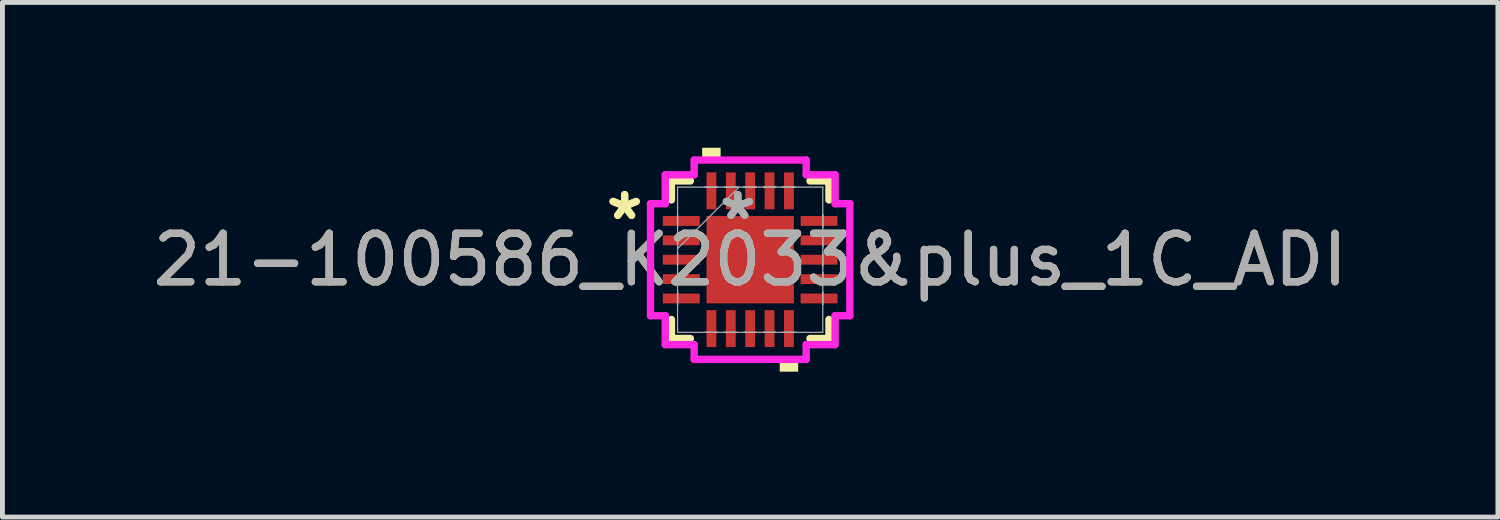
<source format=kicad_pcb>
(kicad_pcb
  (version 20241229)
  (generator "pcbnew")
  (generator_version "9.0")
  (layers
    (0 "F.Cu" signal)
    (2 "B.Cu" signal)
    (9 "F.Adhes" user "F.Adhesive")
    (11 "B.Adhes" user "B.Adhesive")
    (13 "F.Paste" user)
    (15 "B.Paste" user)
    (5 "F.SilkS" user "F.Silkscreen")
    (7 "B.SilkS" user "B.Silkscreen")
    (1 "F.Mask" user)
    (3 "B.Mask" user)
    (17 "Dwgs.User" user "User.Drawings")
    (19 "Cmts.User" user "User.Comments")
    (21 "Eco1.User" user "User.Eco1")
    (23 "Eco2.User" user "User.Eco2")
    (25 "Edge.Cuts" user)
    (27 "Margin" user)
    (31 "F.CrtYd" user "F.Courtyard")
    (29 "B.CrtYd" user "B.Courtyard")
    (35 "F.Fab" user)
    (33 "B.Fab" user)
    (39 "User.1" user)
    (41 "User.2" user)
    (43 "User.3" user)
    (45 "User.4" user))
  (footprint "21-100586_K2033&plus_1C_ADI"
    (layer "F.Cu")
    (at 12.435 2.311)
    (property "Reference" "21-100586_K2033&plus_1C_ADI" (at 0 0 0) (unlocked yes) (layer "F.SilkS") (effects (font (size 1 1) (thickness 0.15))))
    (attr smd)
    (fp_line (start -1.626 -1.626) (end -1.626 -1.234) (stroke (width 0.152) (type solid)) (layer "F.SilkS"))
    (fp_line (start -1.626 1.234) (end -1.626 1.626) (stroke (width 0.152) (type solid)) (layer "F.SilkS"))
    (fp_line (start -1.626 1.626) (end -1.234 1.626) (stroke (width 0.152) (type solid)) (layer "F.SilkS"))
    (fp_line (start -1.234 -1.626) (end -1.626 -1.626) (stroke (width 0.152) (type solid)) (layer "F.SilkS"))
    (fp_line (start 1.234 1.626) (end 1.626 1.626) (stroke (width 0.152) (type solid)) (layer "F.SilkS"))
    (fp_line (start 1.626 -1.626) (end 1.234 -1.626) (stroke (width 0.152) (type solid)) (layer "F.SilkS"))
    (fp_line (start 1.626 -1.234) (end 1.626 -1.626) (stroke (width 0.152) (type solid)) (layer "F.SilkS"))
    (fp_line (start 1.626 1.626) (end 1.626 1.234) (stroke (width 0.152) (type solid)) (layer "F.SilkS"))
    (fp_poly (pts (xy -0.991 -2.057) (xy -0.991 -2.311) (xy -0.61 -2.311) (xy -0.61 -2.057)) (stroke (width 0) (type solid)) (fill yes) (layer "F.SilkS"))
    (fp_poly (pts (xy 0.61 2.057) (xy 0.61 2.311) (xy 0.991 2.311) (xy 0.991 2.057)) (stroke (width 0) (type solid)) (fill yes) (layer "F.SilkS"))
    (fp_line (start -2.057 -1.156) (end -1.753 -1.156) (stroke (width 0.152) (type solid)) (layer "F.CrtYd"))
    (fp_line (start -2.057 1.156) (end -2.057 -1.156) (stroke (width 0.152) (type solid)) (layer "F.CrtYd"))
    (fp_line (start -1.753 -1.753) (end -1.156 -1.753) (stroke (width 0.152) (type solid)) (layer "F.CrtYd"))
    (fp_line (start -1.753 -1.156) (end -1.753 -1.753) (stroke (width 0.152) (type solid)) (layer "F.CrtYd"))
    (fp_line (start -1.753 1.156) (end -2.057 1.156) (stroke (width 0.152) (type solid)) (layer "F.CrtYd"))
    (fp_line (start -1.753 1.753) (end -1.753 1.156) (stroke (width 0.152) (type solid)) (layer "F.CrtYd"))
    (fp_line (start -1.156 -2.057) (end 1.156 -2.057) (stroke (width 0.152) (type solid)) (layer "F.CrtYd"))
    (fp_line (start -1.156 -1.753) (end -1.156 -2.057) (stroke (width 0.152) (type solid)) (layer "F.CrtYd"))
    (fp_line (start -1.156 1.753) (end -1.753 1.753) (stroke (width 0.152) (type solid)) (layer "F.CrtYd"))
    (fp_line (start -1.156 2.057) (end -1.156 1.753) (stroke (width 0.152) (type solid)) (layer "F.CrtYd"))
    (fp_line (start 1.156 -2.057) (end 1.156 -1.753) (stroke (width 0.152) (type solid)) (layer "F.CrtYd"))
    (fp_line (start 1.156 -1.753) (end 1.753 -1.753) (stroke (width 0.152) (type solid)) (layer "F.CrtYd"))
    (fp_line (start 1.156 1.753) (end 1.156 2.057) (stroke (width 0.152) (type solid)) (layer "F.CrtYd"))
    (fp_line (start 1.156 2.057) (end -1.156 2.057) (stroke (width 0.152) (type solid)) (layer "F.CrtYd"))
    (fp_line (start 1.753 -1.753) (end 1.753 -1.156) (stroke (width 0.152) (type solid)) (layer "F.CrtYd"))
    (fp_line (start 1.753 -1.156) (end 2.057 -1.156) (stroke (width 0.152) (type solid)) (layer "F.CrtYd"))
    (fp_line (start 1.753 1.156) (end 1.753 1.753) (stroke (width 0.152) (type solid)) (layer "F.CrtYd"))
    (fp_line (start 1.753 1.753) (end 1.156 1.753) (stroke (width 0.152) (type solid)) (layer "F.CrtYd"))
    (fp_line (start 2.057 -1.156) (end 2.057 1.156) (stroke (width 0.152) (type solid)) (layer "F.CrtYd"))
    (fp_line (start 2.057 1.156) (end 1.753 1.156) (stroke (width 0.152) (type solid)) (layer "F.CrtYd"))
    (fp_line (start -1.499 -1.499) (end -1.499 1.499) (stroke (width 0.025) (type solid)) (layer "F.Fab"))
    (fp_line (start -1.499 -0.927) (end -1.499 -0.927) (stroke (width 0.025) (type solid)) (layer "F.Fab"))
    (fp_line (start -1.499 -0.927) (end -1.499 -0.673) (stroke (width 0.025) (type solid)) (layer "F.Fab"))
    (fp_line (start -1.499 -0.673) (end -1.499 -0.927) (stroke (width 0.025) (type solid)) (layer "F.Fab"))
    (fp_line (start -1.499 -0.673) (end -1.499 -0.673) (stroke (width 0.025) (type solid)) (layer "F.Fab"))
    (fp_line (start -1.499 -0.527) (end -1.499 -0.527) (stroke (width 0.025) (type solid)) (layer "F.Fab"))
    (fp_line (start -1.499 -0.527) (end -1.499 -0.273) (stroke (width 0.025) (type solid)) (layer "F.Fab"))
    (fp_line (start -1.499 -0.273) (end -1.499 -0.527) (stroke (width 0.025) (type solid)) (layer "F.Fab"))
    (fp_line (start -1.499 -0.273) (end -1.499 -0.273) (stroke (width 0.025) (type solid)) (layer "F.Fab"))
    (fp_line (start -1.499 -0.229) (end -0.229 -1.499) (stroke (width 0.025) (type solid)) (layer "F.Fab"))
    (fp_line (start -1.499 -0.127) (end -1.499 -0.127) (stroke (width 0.025) (type solid)) (layer "F.Fab"))
    (fp_line (start -1.499 -0.127) (end -1.499 0.127) (stroke (width 0.025) (type solid)) (layer "F.Fab"))
    (fp_line (start -1.499 0.127) (end -1.499 -0.127) (stroke (width 0.025) (type solid)) (layer "F.Fab"))
    (fp_line (start -1.499 0.127) (end -1.499 0.127) (stroke (width 0.025) (type solid)) (layer "F.Fab"))
    (fp_line (start -1.499 0.273) (end -1.499 0.273) (stroke (width 0.025) (type solid)) (layer "F.Fab"))
    (fp_line (start -1.499 0.273) (end -1.499 0.527) (stroke (width 0.025) (type solid)) (layer "F.Fab"))
    (fp_line (start -1.499 0.527) (end -1.499 0.273) (stroke (width 0.025) (type solid)) (layer "F.Fab"))
    (fp_line (start -1.499 0.527) (end -1.499 0.527) (stroke (width 0.025) (type solid)) (layer "F.Fab"))
    (fp_line (start -1.499 0.673) (end -1.499 0.673) (stroke (width 0.025) (type solid)) (layer "F.Fab"))
    (fp_line (start -1.499 0.673) (end -1.499 0.927) (stroke (width 0.025) (type solid)) (layer "F.Fab"))
    (fp_line (start -1.499 0.927) (end -1.499 0.673) (stroke (width 0.025) (type solid)) (layer "F.Fab"))
    (fp_line (start -1.499 0.927) (end -1.499 0.927) (stroke (width 0.025) (type solid)) (layer "F.Fab"))
    (fp_line (start -1.499 1.499) (end 1.499 1.499) (stroke (width 0.025) (type solid)) (layer "F.Fab"))
    (fp_line (start -0.927 -1.499) (end -0.927 -1.499) (stroke (width 0.025) (type solid)) (layer "F.Fab"))
    (fp_line (start -0.927 -1.499) (end -0.673 -1.499) (stroke (width 0.025) (type solid)) (layer "F.Fab"))
    (fp_line (start -0.927 1.499) (end -0.927 1.499) (stroke (width 0.025) (type solid)) (layer "F.Fab"))
    (fp_line (start -0.927 1.499) (end -0.673 1.499) (stroke (width 0.025) (type solid)) (layer "F.Fab"))
    (fp_line (start -0.673 -1.499) (end -0.927 -1.499) (stroke (width 0.025) (type solid)) (layer "F.Fab"))
    (fp_line (start -0.673 -1.499) (end -0.673 -1.499) (stroke (width 0.025) (type solid)) (layer "F.Fab"))
    (fp_line (start -0.673 1.499) (end -0.927 1.499) (stroke (width 0.025) (type solid)) (layer "F.Fab"))
    (fp_line (start -0.673 1.499) (end -0.673 1.499) (stroke (width 0.025) (type solid)) (layer "F.Fab"))
    (fp_line (start -0.527 -1.499) (end -0.527 -1.499) (stroke (width 0.025) (type solid)) (layer "F.Fab"))
    (fp_line (start -0.527 -1.499) (end -0.273 -1.499) (stroke (width 0.025) (type solid)) (layer "F.Fab"))
    (fp_line (start -0.527 1.499) (end -0.527 1.499) (stroke (width 0.025) (type solid)) (layer "F.Fab"))
    (fp_line (start -0.527 1.499) (end -0.273 1.499) (stroke (width 0.025) (type solid)) (layer "F.Fab"))
    (fp_line (start -0.273 -1.499) (end -0.527 -1.499) (stroke (width 0.025) (type solid)) (layer "F.Fab"))
    (fp_line (start -0.273 -1.499) (end -0.273 -1.499) (stroke (width 0.025) (type solid)) (layer "F.Fab"))
    (fp_line (start -0.273 1.499) (end -0.527 1.499) (stroke (width 0.025) (type solid)) (layer "F.Fab"))
    (fp_line (start -0.273 1.499) (end -0.273 1.499) (stroke (width 0.025) (type solid)) (layer "F.Fab"))
    (fp_line (start -0.127 -1.499) (end -0.127 -1.499) (stroke (width 0.025) (type solid)) (layer "F.Fab"))
    (fp_line (start -0.127 -1.499) (end 0.127 -1.499) (stroke (width 0.025) (type solid)) (layer "F.Fab"))
    (fp_line (start -0.127 1.499) (end -0.127 1.499) (stroke (width 0.025) (type solid)) (layer "F.Fab"))
    (fp_line (start -0.127 1.499) (end 0.127 1.499) (stroke (width 0.025) (type solid)) (layer "F.Fab"))
    (fp_line (start 0.127 -1.499) (end -0.127 -1.499) (stroke (width 0.025) (type solid)) (layer "F.Fab"))
    (fp_line (start 0.127 -1.499) (end 0.127 -1.499) (stroke (width 0.025) (type solid)) (layer "F.Fab"))
    (fp_line (start 0.127 1.499) (end -0.127 1.499) (stroke (width 0.025) (type solid)) (layer "F.Fab"))
    (fp_line (start 0.127 1.499) (end 0.127 1.499) (stroke (width 0.025) (type solid)) (layer "F.Fab"))
    (fp_line (start 0.273 -1.499) (end 0.273 -1.499) (stroke (width 0.025) (type solid)) (layer "F.Fab"))
    (fp_line (start 0.273 -1.499) (end 0.527 -1.499) (stroke (width 0.025) (type solid)) (layer "F.Fab"))
    (fp_line (start 0.273 1.499) (end 0.273 1.499) (stroke (width 0.025) (type solid)) (layer "F.Fab"))
    (fp_line (start 0.273 1.499) (end 0.527 1.499) (stroke (width 0.025) (type solid)) (layer "F.Fab"))
    (fp_line (start 0.527 -1.499) (end 0.273 -1.499) (stroke (width 0.025) (type solid)) (layer "F.Fab"))
    (fp_line (start 0.527 -1.499) (end 0.527 -1.499) (stroke (width 0.025) (type solid)) (layer "F.Fab"))
    (fp_line (start 0.527 1.499) (end 0.273 1.499) (stroke (width 0.025) (type solid)) (layer "F.Fab"))
    (fp_line (start 0.527 1.499) (end 0.527 1.499) (stroke (width 0.025) (type solid)) (layer "F.Fab"))
    (fp_line (start 0.673 -1.499) (end 0.673 -1.499) (stroke (width 0.025) (type solid)) (layer "F.Fab"))
    (fp_line (start 0.673 -1.499) (end 0.927 -1.499) (stroke (width 0.025) (type solid)) (layer "F.Fab"))
    (fp_line (start 0.673 1.499) (end 0.673 1.499) (stroke (width 0.025) (type solid)) (layer "F.Fab"))
    (fp_line (start 0.673 1.499) (end 0.927 1.499) (stroke (width 0.025) (type solid)) (layer "F.Fab"))
    (fp_line (start 0.927 -1.499) (end 0.673 -1.499) (stroke (width 0.025) (type solid)) (layer "F.Fab"))
    (fp_line (start 0.927 -1.499) (end 0.927 -1.499) (stroke (width 0.025) (type solid)) (layer "F.Fab"))
    (fp_line (start 0.927 1.499) (end 0.673 1.499) (stroke (width 0.025) (type solid)) (layer "F.Fab"))
    (fp_line (start 0.927 1.499) (end 0.927 1.499) (stroke (width 0.025) (type solid)) (layer "F.Fab"))
    (fp_line (start 1.499 -1.499) (end -1.499 -1.499) (stroke (width 0.025) (type solid)) (layer "F.Fab"))
    (fp_line (start 1.499 -0.927) (end 1.499 -0.927) (stroke (width 0.025) (type solid)) (layer "F.Fab"))
    (fp_line (start 1.499 -0.927) (end 1.499 -0.673) (stroke (width 0.025) (type solid)) (layer "F.Fab"))
    (fp_line (start 1.499 -0.673) (end 1.499 -0.927) (stroke (width 0.025) (type solid)) (layer "F.Fab"))
    (fp_line (start 1.499 -0.673) (end 1.499 -0.673) (stroke (width 0.025) (type solid)) (layer "F.Fab"))
    (fp_line (start 1.499 -0.527) (end 1.499 -0.527) (stroke (width 0.025) (type solid)) (layer "F.Fab"))
    (fp_line (start 1.499 -0.527) (end 1.499 -0.273) (stroke (width 0.025) (type solid)) (layer "F.Fab"))
    (fp_line (start 1.499 -0.273) (end 1.499 -0.527) (stroke (width 0.025) (type solid)) (layer "F.Fab"))
    (fp_line (start 1.499 -0.273) (end 1.499 -0.273) (stroke (width 0.025) (type solid)) (layer "F.Fab"))
    (fp_line (start 1.499 -0.127) (end 1.499 -0.127) (stroke (width 0.025) (type solid)) (layer "F.Fab"))
    (fp_line (start 1.499 -0.127) (end 1.499 0.127) (stroke (width 0.025) (type solid)) (layer "F.Fab"))
    (fp_line (start 1.499 0.127) (end 1.499 -0.127) (stroke (width 0.025) (type solid)) (layer "F.Fab"))
    (fp_line (start 1.499 0.127) (end 1.499 0.127) (stroke (width 0.025) (type solid)) (layer "F.Fab"))
    (fp_line (start 1.499 0.273) (end 1.499 0.273) (stroke (width 0.025) (type solid)) (layer "F.Fab"))
    (fp_line (start 1.499 0.273) (end 1.499 0.527) (stroke (width 0.025) (type solid)) (layer "F.Fab"))
    (fp_line (start 1.499 0.527) (end 1.499 0.273) (stroke (width 0.025) (type solid)) (layer "F.Fab"))
    (fp_line (start 1.499 0.527) (end 1.499 0.527) (stroke (width 0.025) (type solid)) (layer "F.Fab"))
    (fp_line (start 1.499 0.673) (end 1.499 0.673) (stroke (width 0.025) (type solid)) (layer "F.Fab"))
    (fp_line (start 1.499 0.673) (end 1.499 0.927) (stroke (width 0.025) (type solid)) (layer "F.Fab"))
    (fp_line (start 1.499 0.927) (end 1.499 0.673) (stroke (width 0.025) (type solid)) (layer "F.Fab"))
    (fp_line (start 1.499 0.927) (end 1.499 0.927) (stroke (width 0.025) (type solid)) (layer "F.Fab"))
    (fp_line (start 1.499 1.499) (end 1.499 -1.499) (stroke (width 0.025) (type solid)) (layer "F.Fab"))
    (fp_text user "*" (at -2.591 -0.8 0) (unlocked yes) (layer "F.SilkS") (effects (font (size 1 1) (thickness 0.15))))
    (fp_text user "*" (at -2.591 -0.8 0) (layer "F.SilkS") (effects (font (size 1 1) (thickness 0.15))))
    (fp_text user "${REFERENCE}" (at 0 0 0) (unlocked yes) (layer "F.Fab") (effects (font (size 1 1) (thickness 0.15))))
    (fp_text user "*" (at -0.254 -0.8 0) (unlocked yes) (layer "F.Fab") (effects (font (size 1 1) (thickness 0.15))))
    (fp_text user "*" (at -0.254 -0.8 0) (layer "F.Fab") (effects (font (size 1 1) (thickness 0.15))))
    (pad "1" smd rect (at -1.422 -0.8 90) (size 0.203 0.762) (layers "F.Cu" "F.Mask" "F.Paste"))
    (pad "2" smd rect (at -1.422 -0.4 90) (size 0.203 0.762) (layers "F.Cu" "F.Mask" "F.Paste"))
    (pad "3" smd rect (at -1.422 0 90) (size 0.203 0.762) (layers "F.Cu" "F.Mask" "F.Paste"))
    (pad "4" smd rect (at -1.422 0.4 90) (size 0.203 0.762) (layers "F.Cu" "F.Mask" "F.Paste"))
    (pad "5" smd rect (at -1.422 0.8 90) (size 0.203 0.762) (layers "F.Cu" "F.Mask" "F.Paste"))
    (pad "6" smd rect (at -0.8 1.422) (size 0.203 0.762) (layers "F.Cu" "F.Mask" "F.Paste"))
    (pad "7" smd rect (at -0.4 1.422) (size 0.203 0.762) (layers "F.Cu" "F.Mask" "F.Paste"))
    (pad "8" smd rect (at 0 1.422) (size 0.203 0.762) (layers "F.Cu" "F.Mask" "F.Paste"))
    (pad "9" smd rect (at 0.4 1.422) (size 0.203 0.762) (layers "F.Cu" "F.Mask" "F.Paste"))
    (pad "10" smd rect (at 0.8 1.422) (size 0.203 0.762) (layers "F.Cu" "F.Mask" "F.Paste"))
    (pad "11" smd rect (at 1.422 0.8 90) (size 0.203 0.762) (layers "F.Cu" "F.Mask" "F.Paste"))
    (pad "12" smd rect (at 1.422 0.4 90) (size 0.203 0.762) (layers "F.Cu" "F.Mask" "F.Paste"))
    (pad "13" smd rect (at 1.422 0 90) (size 0.203 0.762) (layers "F.Cu" "F.Mask" "F.Paste"))
    (pad "14" smd rect (at 1.422 -0.4 90) (size 0.203 0.762) (layers "F.Cu" "F.Mask" "F.Paste"))
    (pad "15" smd rect (at 1.422 -0.8 90) (size 0.203 0.762) (layers "F.Cu" "F.Mask" "F.Paste"))
    (pad "16" smd rect (at 0.8 -1.422) (size 0.203 0.762) (layers "F.Cu" "F.Mask" "F.Paste"))
    (pad "17" smd rect (at 0.4 -1.422) (size 0.203 0.762) (layers "F.Cu" "F.Mask" "F.Paste"))
    (pad "18" smd rect (at 0 -1.422) (size 0.203 0.762) (layers "F.Cu" "F.Mask" "F.Paste"))
    (pad "19" smd rect (at -0.4 -1.422) (size 0.203 0.762) (layers "F.Cu" "F.Mask" "F.Paste"))
    (pad "20" smd rect (at -0.8 -1.422) (size 0.203 0.762) (layers "F.Cu" "F.Mask" "F.Paste"))
    (pad "21" smd rect (at 0 0) (size 1.803 1.803) (layers "F.Cu" "F.Mask" "F.Paste")))
  (gr_rect
    (start -3 -3)
    (end 27.869 7.623)
    (stroke (width 0.1) (type default))
    (fill no)
    (layer "Edge.Cuts")))
</source>
